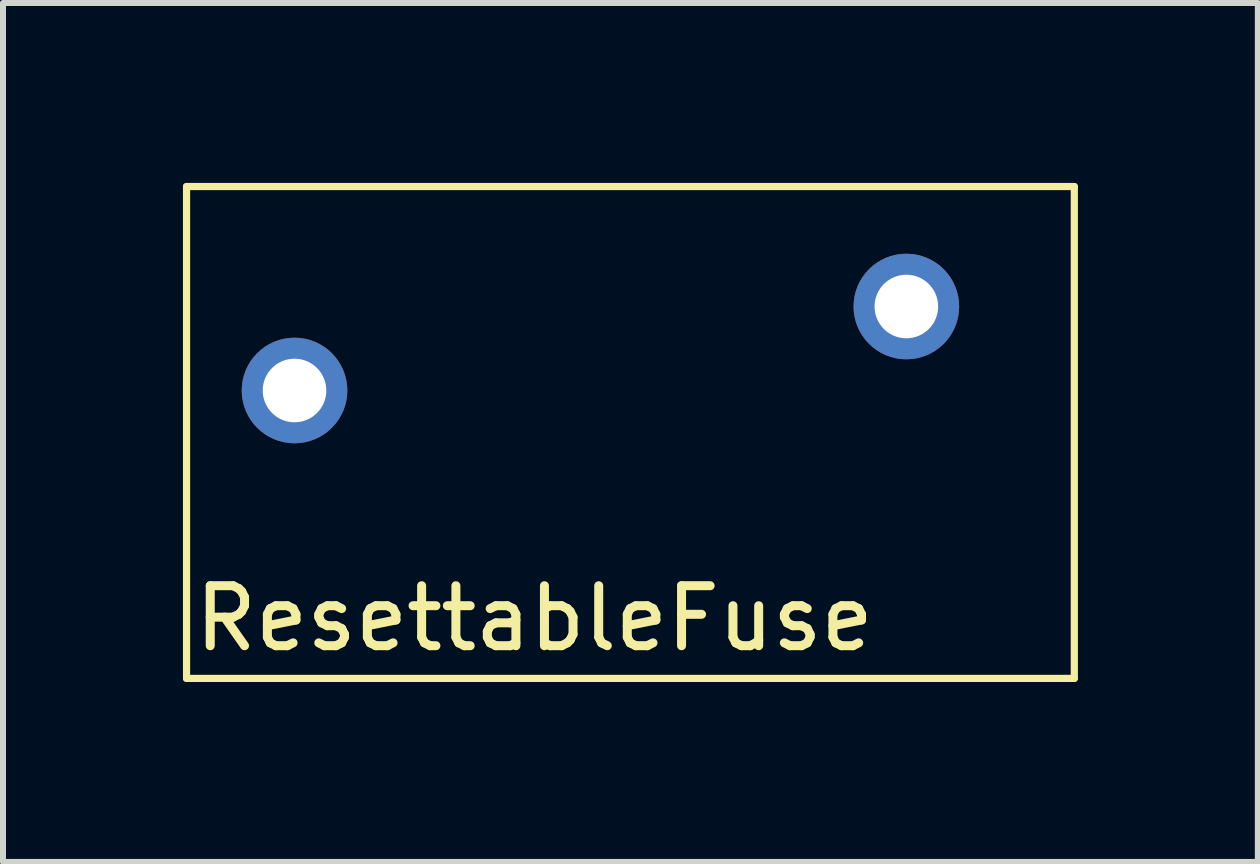
<source format=kicad_pcb>
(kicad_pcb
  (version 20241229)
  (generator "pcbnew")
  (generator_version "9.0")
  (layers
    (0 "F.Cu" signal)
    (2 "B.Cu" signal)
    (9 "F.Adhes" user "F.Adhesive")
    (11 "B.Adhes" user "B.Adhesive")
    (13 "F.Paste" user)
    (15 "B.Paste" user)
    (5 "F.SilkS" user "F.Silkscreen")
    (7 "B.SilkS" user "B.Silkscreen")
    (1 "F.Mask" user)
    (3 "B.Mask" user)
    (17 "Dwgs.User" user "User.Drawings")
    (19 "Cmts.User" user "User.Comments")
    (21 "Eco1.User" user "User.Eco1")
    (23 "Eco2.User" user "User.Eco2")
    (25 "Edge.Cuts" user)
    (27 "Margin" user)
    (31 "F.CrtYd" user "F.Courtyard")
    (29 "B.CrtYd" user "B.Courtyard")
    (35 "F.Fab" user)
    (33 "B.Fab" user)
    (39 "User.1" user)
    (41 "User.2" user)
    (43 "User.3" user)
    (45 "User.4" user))
  (footprint "ResettableFuse"
    (layer "F.Cu")
    (at 12.06 2.06)
    (property "Reference" "ResettableFuse" (at -6.2 5.2 0) (layer "F.SilkS") (effects (font (size 1 1) (thickness 0.15))))
    (attr through_hole)
    (fp_line (start -12 -2) (end 2.8 -2) (stroke (width 0.12) (type solid)) (layer "F.SilkS"))
    (fp_line (start -12 6.2) (end -12 -2) (stroke (width 0.12) (type solid)) (layer "F.SilkS"))
    (fp_line (start 2.8 -2) (end 2.8 6.2) (stroke (width 0.12) (type solid)) (layer "F.SilkS"))
    (fp_line (start 2.8 6.2) (end -12 6.2) (stroke (width 0.12) (type solid)) (layer "F.SilkS"))
    (pad "1" thru_hole circle (at -10.2 1.4) (size 1.76 1.76) (drill 1.06) (layers "*.Cu" "*.Mask"))
    (pad "2" thru_hole circle (at 0 0) (size 1.76 1.76) (drill 1.06) (layers "*.Cu" "*.Mask")))
  (gr_rect
    (start -3 -3)
    (end 17.92 11.32)
    (stroke (width 0.1) (type default))
    (fill no)
    (layer "Edge.Cuts")))
</source>
